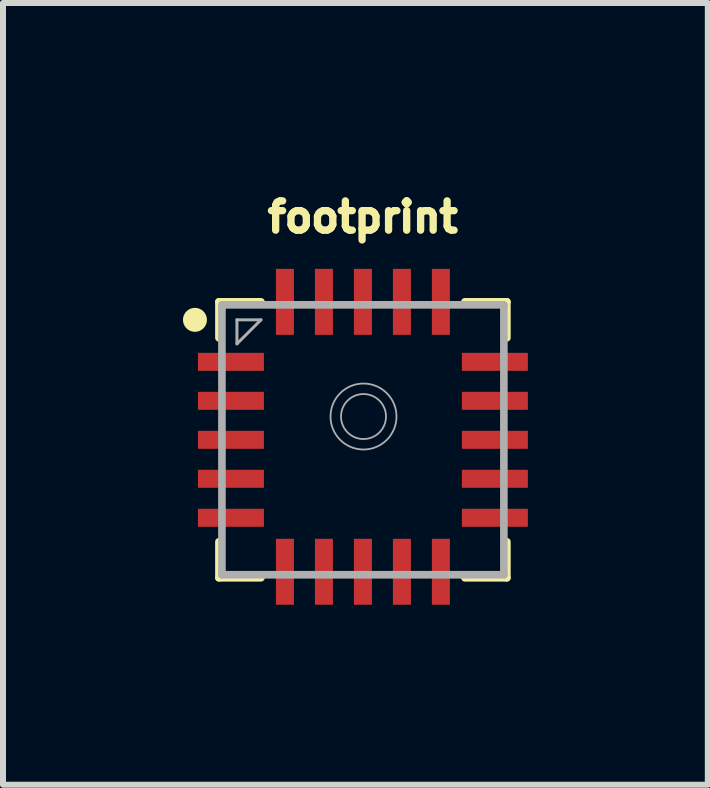
<source format=kicad_pcb>
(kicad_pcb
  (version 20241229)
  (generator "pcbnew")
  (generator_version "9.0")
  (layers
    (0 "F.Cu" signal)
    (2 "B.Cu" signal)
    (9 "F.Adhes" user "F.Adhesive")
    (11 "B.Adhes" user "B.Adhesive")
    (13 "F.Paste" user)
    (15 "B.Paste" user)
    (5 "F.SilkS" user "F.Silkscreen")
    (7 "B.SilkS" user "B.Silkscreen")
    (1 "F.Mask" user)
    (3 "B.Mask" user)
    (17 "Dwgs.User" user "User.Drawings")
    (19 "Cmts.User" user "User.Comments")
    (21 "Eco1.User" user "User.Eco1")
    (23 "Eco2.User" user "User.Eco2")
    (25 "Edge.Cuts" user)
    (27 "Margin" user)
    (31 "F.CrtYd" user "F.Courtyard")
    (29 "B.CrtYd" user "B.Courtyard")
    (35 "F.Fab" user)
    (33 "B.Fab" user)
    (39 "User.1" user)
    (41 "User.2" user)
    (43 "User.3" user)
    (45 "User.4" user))
  (footprint "footprint"
    (layer "F.Cu")
    (at 3 4.282)
    (property "Reference" "footprint" (at -1.651 -3.429 0) (layer "F.SilkS") (effects (font (size 0.488 0.488) (thickness 0.122)) (justify left bottom)))
    (fp_line (start -2.4 -2.3) (end -1.7 -2.3) (stroke (width 0.127) (type solid)) (layer "F.SilkS"))
    (fp_line (start -2.4 -1.7) (end -2.4 -2.3) (stroke (width 0.127) (type solid)) (layer "F.SilkS"))
    (fp_line (start -2.4 2.3) (end -2.4 1.7) (stroke (width 0.127) (type solid)) (layer "F.SilkS"))
    (fp_line (start -2.4 2.3) (end -1.7 2.3) (stroke (width 0.127) (type solid)) (layer "F.SilkS"))
    (fp_line (start 1.7 -2.3) (end 2.4 -2.3) (stroke (width 0.127) (type solid)) (layer "F.SilkS"))
    (fp_line (start 1.7 2.3) (end 2.4 2.3) (stroke (width 0.127) (type solid)) (layer "F.SilkS"))
    (fp_line (start 2.4 -1.7) (end 2.4 -2.3) (stroke (width 0.127) (type solid)) (layer "F.SilkS"))
    (fp_line (start 2.4 2.3) (end 2.4 1.7) (stroke (width 0.127) (type solid)) (layer "F.SilkS"))
    (fp_circle (center -2.8 -2) (end -2.7 -2) (stroke (width 0.2) (type solid)) (fill no) (layer "F.SilkS"))
    (fp_poly (pts (xy -2.613 -1.188) (xy -1.787 -1.188) (xy -1.787 -1.413) (xy -2.613 -1.413)) (stroke (width 0) (type solid)) (fill yes) (layer "F.Paste"))
    (fp_poly (pts (xy -2.613 -0.537) (xy -1.787 -0.537) (xy -1.787 -0.762) (xy -2.613 -0.762)) (stroke (width 0) (type solid)) (fill yes) (layer "F.Paste"))
    (fp_poly (pts (xy -2.613 0.113) (xy -1.787 0.113) (xy -1.787 -0.113) (xy -2.613 -0.113)) (stroke (width 0) (type solid)) (fill yes) (layer "F.Paste"))
    (fp_poly (pts (xy -2.613 0.762) (xy -1.787 0.762) (xy -1.787 0.537) (xy -2.613 0.537)) (stroke (width 0) (type solid)) (fill yes) (layer "F.Paste"))
    (fp_poly (pts (xy -2.613 1.413) (xy -1.787 1.413) (xy -1.787 1.188) (xy -2.613 1.188)) (stroke (width 0) (type solid)) (fill yes) (layer "F.Paste"))
    (fp_poly (pts (xy -1.413 -1.887) (xy -1.188 -1.887) (xy -1.188 -2.713) (xy -1.413 -2.713)) (stroke (width 0) (type solid)) (fill yes) (layer "F.Paste"))
    (fp_poly (pts (xy -1.413 2.613) (xy -1.188 2.613) (xy -1.188 1.787) (xy -1.413 1.787)) (stroke (width 0) (type solid)) (fill yes) (layer "F.Paste"))
    (fp_poly (pts (xy -0.762 -1.887) (xy -0.537 -1.887) (xy -0.537 -2.713) (xy -0.762 -2.713)) (stroke (width 0) (type solid)) (fill yes) (layer "F.Paste"))
    (fp_poly (pts (xy -0.762 2.613) (xy -0.537 2.613) (xy -0.537 1.787) (xy -0.762 1.787)) (stroke (width 0) (type solid)) (fill yes) (layer "F.Paste"))
    (fp_poly (pts (xy -0.113 -1.887) (xy 0.113 -1.887) (xy 0.113 -2.713) (xy -0.113 -2.713)) (stroke (width 0) (type solid)) (fill yes) (layer "F.Paste"))
    (fp_poly (pts (xy -0.113 2.613) (xy 0.113 2.613) (xy 0.113 1.787) (xy -0.113 1.787)) (stroke (width 0) (type solid)) (fill yes) (layer "F.Paste"))
    (fp_poly (pts (xy 0.537 -1.887) (xy 0.762 -1.887) (xy 0.762 -2.713) (xy 0.537 -2.713)) (stroke (width 0) (type solid)) (fill yes) (layer "F.Paste"))
    (fp_poly (pts (xy 0.537 2.613) (xy 0.762 2.613) (xy 0.762 1.787) (xy 0.537 1.787)) (stroke (width 0) (type solid)) (fill yes) (layer "F.Paste"))
    (fp_poly (pts (xy 1.188 -1.887) (xy 1.413 -1.887) (xy 1.413 -2.713) (xy 1.188 -2.713)) (stroke (width 0) (type solid)) (fill yes) (layer "F.Paste"))
    (fp_poly (pts (xy 1.188 2.613) (xy 1.413 2.613) (xy 1.413 1.787) (xy 1.188 1.787)) (stroke (width 0) (type solid)) (fill yes) (layer "F.Paste"))
    (fp_poly (pts (xy 1.787 -1.188) (xy 2.613 -1.188) (xy 2.613 -1.413) (xy 1.787 -1.413)) (stroke (width 0) (type solid)) (fill yes) (layer "F.Paste"))
    (fp_poly (pts (xy 1.787 -0.537) (xy 2.613 -0.537) (xy 2.613 -0.762) (xy 1.787 -0.762)) (stroke (width 0) (type solid)) (fill yes) (layer "F.Paste"))
    (fp_poly (pts (xy 1.787 0.113) (xy 2.613 0.113) (xy 2.613 -0.113) (xy 1.787 -0.113)) (stroke (width 0) (type solid)) (fill yes) (layer "F.Paste"))
    (fp_poly (pts (xy 1.787 0.762) (xy 2.613 0.762) (xy 2.613 0.537) (xy 1.787 0.537)) (stroke (width 0) (type solid)) (fill yes) (layer "F.Paste"))
    (fp_poly (pts (xy 1.787 1.413) (xy 2.613 1.413) (xy 2.613 1.188) (xy 1.787 1.188)) (stroke (width 0) (type solid)) (fill yes) (layer "F.Paste"))
    (fp_line (start -2.35 -2.25) (end 2.35 -2.25) (stroke (width 0.127) (type solid)) (layer "F.Fab"))
    (fp_line (start -2.35 2.25) (end -2.35 -2.25) (stroke (width 0.127) (type solid)) (layer "F.Fab"))
    (fp_line (start -2.1 -2) (end -1.7 -2) (stroke (width 0.05) (type solid)) (layer "F.Fab"))
    (fp_line (start -2.1 -1.6) (end -2.1 -2) (stroke (width 0.05) (type solid)) (layer "F.Fab"))
    (fp_line (start -1.7 -2) (end -2.1 -1.6) (stroke (width 0.05) (type solid)) (layer "F.Fab"))
    (fp_line (start 2.35 -2.25) (end 2.35 2.25) (stroke (width 0.127) (type solid)) (layer "F.Fab"))
    (fp_line (start 2.35 2.25) (end -2.35 2.25) (stroke (width 0.127) (type solid)) (layer "F.Fab"))
    (fp_circle (center 0.01 -0.388) (end 0.385 -0.388) (stroke (width 0.03) (type solid)) (fill no) (layer "F.Fab"))
    (fp_circle (center 0.01 -0.388) (end 0.56 -0.388) (stroke (width 0.03) (type solid)) (fill no) (layer "F.Fab"))
    (pad "1" smd rect (at -2.2 -1.3 90) (size 0.3 1.1) (layers "F.Cu" "F.Mask"))
    (pad "2" smd rect (at -2.2 -0.65 90) (size 0.3 1.1) (layers "F.Cu" "F.Mask"))
    (pad "3" smd rect (at -2.2 0 90) (size 0.3 1.1) (layers "F.Cu" "F.Mask"))
    (pad "4" smd rect (at -2.2 0.65 90) (size 0.3 1.1) (layers "F.Cu" "F.Mask"))
    (pad "5" smd rect (at -2.2 1.3 90) (size 0.3 1.1) (layers "F.Cu" "F.Mask"))
    (pad "6" smd rect (at -1.3 2.2 180) (size 0.3 1.1) (layers "F.Cu" "F.Mask"))
    (pad "7" smd rect (at -0.65 2.2 180) (size 0.3 1.1) (layers "F.Cu" "F.Mask"))
    (pad "8" smd rect (at 0 2.2 180) (size 0.3 1.1) (layers "F.Cu" "F.Mask"))
    (pad "9" smd rect (at 0.65 2.2 180) (size 0.3 1.1) (layers "F.Cu" "F.Mask"))
    (pad "10" smd rect (at 1.3 2.2 180) (size 0.3 1.1) (layers "F.Cu" "F.Mask"))
    (pad "11" smd rect (at 2.2 1.3 270) (size 0.3 1.1) (layers "F.Cu" "F.Mask"))
    (pad "12" smd rect (at 2.2 0.65 270) (size 0.3 1.1) (layers "F.Cu" "F.Mask"))
    (pad "13" smd rect (at 2.2 0 270) (size 0.3 1.1) (layers "F.Cu" "F.Mask"))
    (pad "14" smd rect (at 2.2 -0.65 270) (size 0.3 1.1) (layers "F.Cu" "F.Mask"))
    (pad "15" smd rect (at 2.2 -1.3 270) (size 0.3 1.1) (layers "F.Cu" "F.Mask"))
    (pad "16" smd rect (at 1.3 -2.3) (size 0.3 1.1) (layers "F.Cu" "F.Mask"))
    (pad "17" smd rect (at 0.65 -2.3) (size 0.3 1.1) (layers "F.Cu" "F.Mask"))
    (pad "18" smd rect (at 0 -2.3) (size 0.3 1.1) (layers "F.Cu" "F.Mask"))
    (pad "19" smd rect (at -0.65 -2.3) (size 0.3 1.1) (layers "F.Cu" "F.Mask"))
    (pad "20" smd rect (at -1.3 -2.3) (size 0.3 1.1) (layers "F.Cu" "F.Mask"))
    (zone (net_name "") (layer "F.Cu") (hatch edge 0.508) (connect_pads) (min_thickness 0.254) (filled_areas_thickness no) (keepout (tracks not_allowed) (vias not_allowed) (pads not_allowed) (copperpour not_allowed) (footprints allowed)) (placement (enabled no)) (fill) (polygon (pts (xy 1.73 5.552) (xy 4.27 5.552) (xy 4.27 3.012) (xy 1.73 3.012)))))
  (gr_rect
    (start -3 -3)
    (end 8.75 10.032)
    (stroke (width 0.1) (type default))
    (fill no)
    (layer "Edge.Cuts")))
</source>
